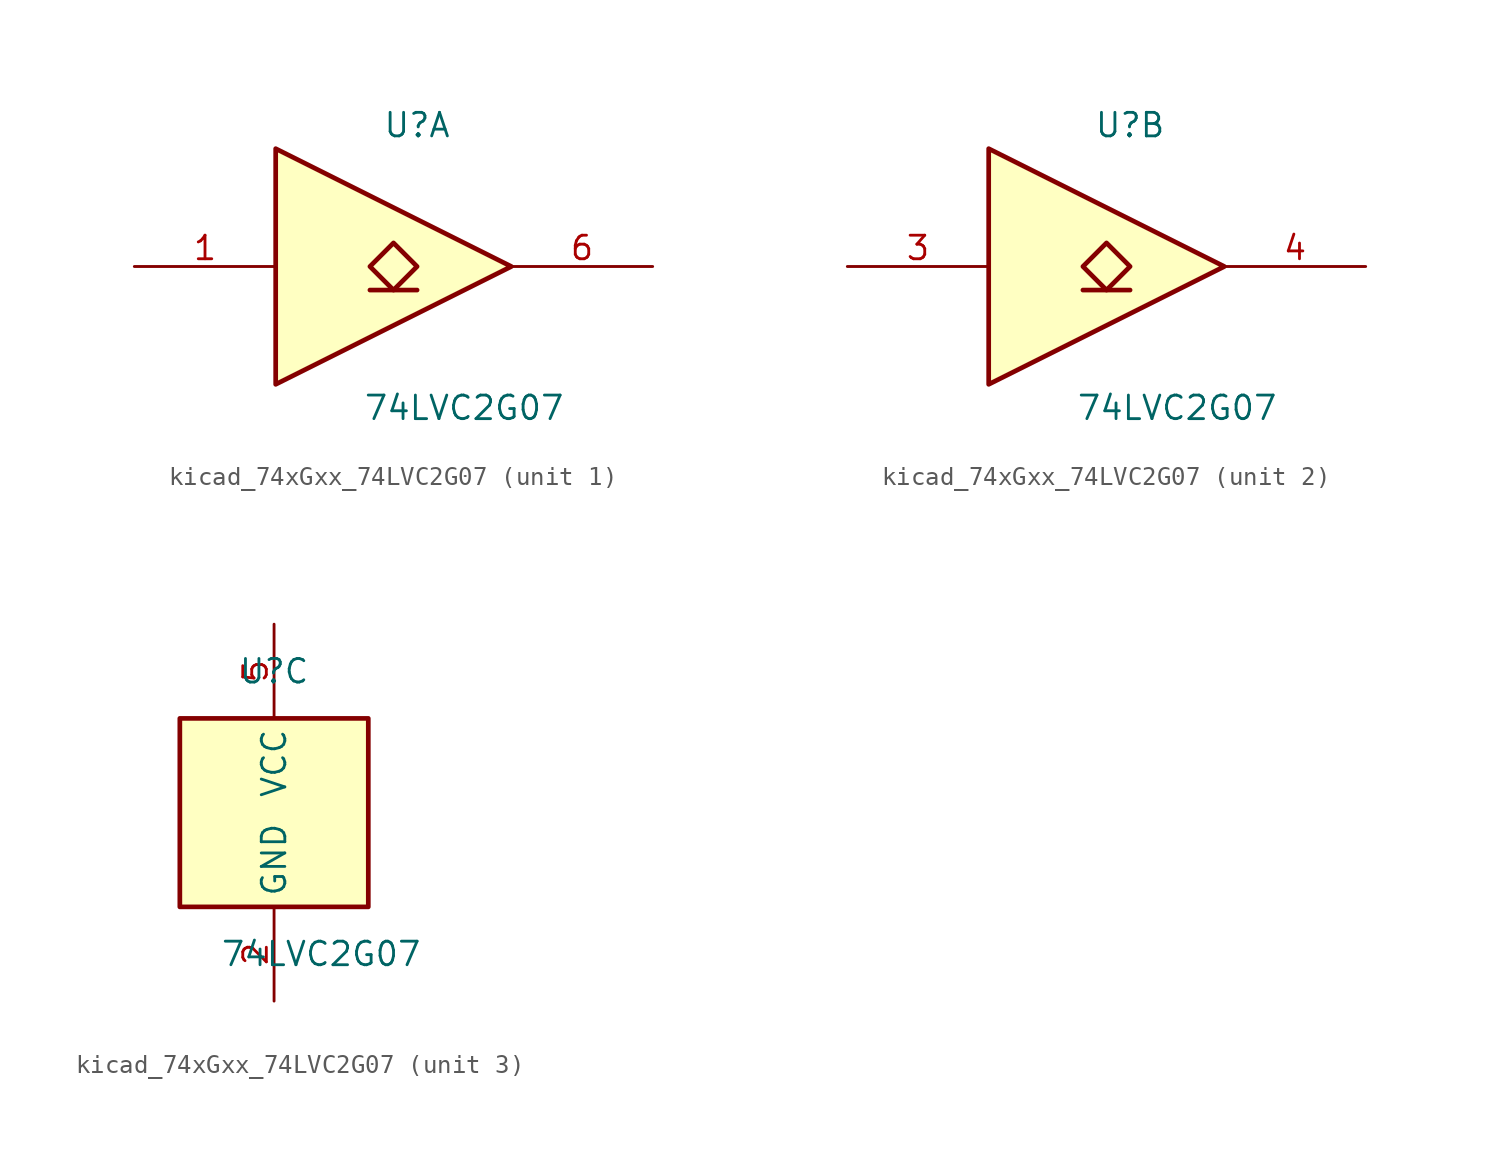
<source format=kicad_sym>
(kicad_symbol_lib
  (version 20220914)
  (generator kicad_symbol_editor)
  (symbol "kicad_74xGxx_74LVC2G07"
    (property "Reference" "U"
      (at 0 7.62 0)
      (effects (font (size 1.27 1.27))))
    (property "Value" "74LVC2G07"
      (at 2.54 -7.62 0)
      (effects (font (size 1.27 1.27))))
    (symbol "kicad_74xGxx_74LVC2G07_1_1"
      (polyline (pts (xy -2.54 -1.27) (xy 0 -1.27)) (stroke (width 0.254) (type default)) (fill (type background)))
      (polyline (pts (xy -7.62 6.35) (xy -7.62 -6.35) (xy 5.08 0) (xy -7.62 6.35)) (stroke (width 0.254) (type default)) (fill (type background)))
      (polyline (pts (xy -1.27 1.27) (xy -2.54 0) (xy -1.27 -1.27) (xy 0 0) (xy -1.27 1.27)) (stroke (width 0.254) (type default)) (fill (type background)))
      (pin input line (at -15.24 0 0) (length 7.62) (name "~" (effects (font (size 1.27 1.27)))) (number "1" (effects (font (size 1.27 1.27)))))
      (pin open_collector line (at 12.7 0 180) (length 7.62) (name "~" (effects (font (size 1.27 1.27)))) (number "6" (effects (font (size 1.27 1.27))))))
    (symbol "kicad_74xGxx_74LVC2G07_2_1"
      (polyline (pts (xy -2.54 -1.27) (xy 0 -1.27)) (stroke (width 0.254) (type default)) (fill (type background)))
      (polyline (pts (xy -7.62 6.35) (xy -7.62 -6.35) (xy 5.08 0) (xy -7.62 6.35)) (stroke (width 0.254) (type default)) (fill (type background)))
      (polyline (pts (xy -1.27 1.27) (xy -2.54 0) (xy -1.27 -1.27) (xy 0 0) (xy -1.27 1.27)) (stroke (width 0.254) (type default)) (fill (type background)))
      (pin input line (at -15.24 0 0) (length 7.62) (name "~" (effects (font (size 1.27 1.27)))) (number "3" (effects (font (size 1.27 1.27)))))
      (pin open_collector line (at 12.7 0 180) (length 7.62) (name "~" (effects (font (size 1.27 1.27)))) (number "4" (effects (font (size 1.27 1.27))))))
    (symbol "kicad_74xGxx_74LVC2G07_3_0"
      (rectangle (start -5.08 -5.08) (end 5.08 5.08) (stroke (width 0.254) (type default)) (fill (type background))))
    (symbol "kicad_74xGxx_74LVC2G07_3_1"
      (pin power_in line (at 0 -10.16 90) (length 5.08) (name "GND" (effects (font (size 1.27 1.27)))) (number "2" (effects (font (size 1.27 1.27)))))
      (pin power_in line (at 0 10.16 270) (length 5.08) (name "VCC" (effects (font (size 1.27 1.27)))) (number "5" (effects (font (size 1.27 1.27))))))))
</source>
